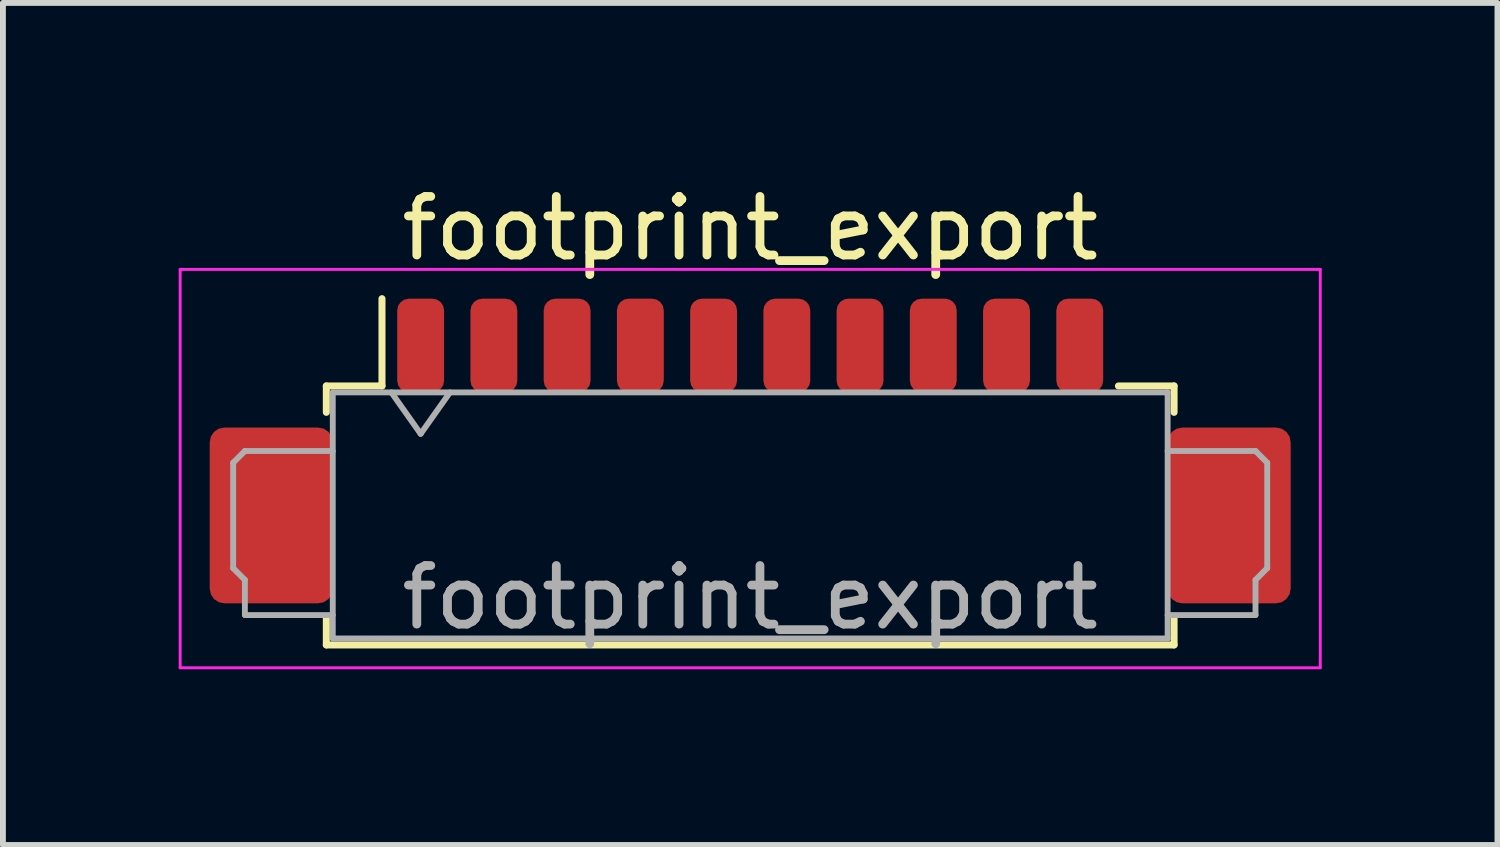
<source format=kicad_pcb>
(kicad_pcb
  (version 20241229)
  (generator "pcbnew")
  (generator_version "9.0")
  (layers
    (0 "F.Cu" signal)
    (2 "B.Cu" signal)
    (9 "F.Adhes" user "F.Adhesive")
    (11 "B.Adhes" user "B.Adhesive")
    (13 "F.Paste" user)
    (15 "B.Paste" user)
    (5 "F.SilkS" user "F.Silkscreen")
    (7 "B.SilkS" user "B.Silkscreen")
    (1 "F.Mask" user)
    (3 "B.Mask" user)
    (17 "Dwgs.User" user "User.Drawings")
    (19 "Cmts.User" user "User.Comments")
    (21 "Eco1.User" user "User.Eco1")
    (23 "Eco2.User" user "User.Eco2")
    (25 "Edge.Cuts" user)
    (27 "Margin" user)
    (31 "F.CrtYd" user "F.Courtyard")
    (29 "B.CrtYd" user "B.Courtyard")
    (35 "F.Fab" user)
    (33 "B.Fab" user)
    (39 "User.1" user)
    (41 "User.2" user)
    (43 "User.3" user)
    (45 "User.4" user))
  (footprint "footprint_export"
    (layer "F.Cu")
    (at 9.755 5.248)
    (property "Reference" "footprint_export" (at 0 -4.4 0) (layer "F.SilkS") (effects (font (size 1 1) (thickness 0.15))))
    (attr smd)
    (fp_line (start -7.235 -1.71) (end -6.285 -1.71) (stroke (width 0.12) (type solid)) (layer "F.SilkS"))
    (fp_line (start -7.235 -1.26) (end -7.235 -1.71) (stroke (width 0.12) (type solid)) (layer "F.SilkS"))
    (fp_line (start -7.235 2.26) (end -7.235 2.71) (stroke (width 0.12) (type solid)) (layer "F.SilkS"))
    (fp_line (start -7.235 2.71) (end 7.235 2.71) (stroke (width 0.12) (type solid)) (layer "F.SilkS"))
    (fp_line (start -6.285 -1.71) (end -6.285 -3.2) (stroke (width 0.12) (type solid)) (layer "F.SilkS"))
    (fp_line (start 7.235 -1.71) (end 6.285 -1.71) (stroke (width 0.12) (type solid)) (layer "F.SilkS"))
    (fp_line (start 7.235 -1.26) (end 7.235 -1.71) (stroke (width 0.12) (type solid)) (layer "F.SilkS"))
    (fp_line (start 7.235 2.71) (end 7.235 2.26) (stroke (width 0.12) (type solid)) (layer "F.SilkS"))
    (fp_line (start -9.73 -3.7) (end -9.73 3.1) (stroke (width 0.05) (type solid)) (layer "F.CrtYd"))
    (fp_line (start -9.73 3.1) (end 9.73 3.1) (stroke (width 0.05) (type solid)) (layer "F.CrtYd"))
    (fp_line (start 9.73 -3.7) (end -9.73 -3.7) (stroke (width 0.05) (type solid)) (layer "F.CrtYd"))
    (fp_line (start 9.73 3.1) (end 9.73 -3.7) (stroke (width 0.05) (type solid)) (layer "F.CrtYd"))
    (fp_line (start -8.825 -0.4) (end -8.825 1.4) (stroke (width 0.1) (type solid)) (layer "F.Fab"))
    (fp_line (start -8.825 1.4) (end -8.625 1.6) (stroke (width 0.1) (type solid)) (layer "F.Fab"))
    (fp_line (start -8.625 -0.6) (end -8.825 -0.4) (stroke (width 0.1) (type solid)) (layer "F.Fab"))
    (fp_line (start -8.625 1.6) (end -8.625 2.2) (stroke (width 0.1) (type solid)) (layer "F.Fab"))
    (fp_line (start -8.625 2.2) (end -7.125 2.2) (stroke (width 0.1) (type solid)) (layer "F.Fab"))
    (fp_line (start -7.125 -1.6) (end -7.125 2.6) (stroke (width 0.1) (type solid)) (layer "F.Fab"))
    (fp_line (start -7.125 -1.6) (end 7.125 -1.6) (stroke (width 0.1) (type solid)) (layer "F.Fab"))
    (fp_line (start -7.125 -0.6) (end -8.625 -0.6) (stroke (width 0.1) (type solid)) (layer "F.Fab"))
    (fp_line (start -7.125 2.6) (end 7.125 2.6) (stroke (width 0.1) (type solid)) (layer "F.Fab"))
    (fp_line (start -6.125 -1.6) (end -5.625 -0.893) (stroke (width 0.1) (type solid)) (layer "F.Fab"))
    (fp_line (start -5.625 -0.893) (end -5.125 -1.6) (stroke (width 0.1) (type solid)) (layer "F.Fab"))
    (fp_line (start 7.125 -1.6) (end 7.125 2.6) (stroke (width 0.1) (type solid)) (layer "F.Fab"))
    (fp_line (start 7.125 -0.6) (end 8.625 -0.6) (stroke (width 0.1) (type solid)) (layer "F.Fab"))
    (fp_line (start 8.625 -0.6) (end 8.825 -0.4) (stroke (width 0.1) (type solid)) (layer "F.Fab"))
    (fp_line (start 8.625 1.6) (end 8.625 2.2) (stroke (width 0.1) (type solid)) (layer "F.Fab"))
    (fp_line (start 8.625 2.2) (end 7.125 2.2) (stroke (width 0.1) (type solid)) (layer "F.Fab"))
    (fp_line (start 8.825 -0.4) (end 8.825 1.4) (stroke (width 0.1) (type solid)) (layer "F.Fab"))
    (fp_line (start 8.825 1.4) (end 8.625 1.6) (stroke (width 0.1) (type solid)) (layer "F.Fab"))
    (fp_text user "${REFERENCE}" (at 0 1.9 0) (layer "F.Fab") (effects (font (size 1 1) (thickness 0.15))))
    (pad "1" smd roundrect (at -5.625 -2.4) (size 0.8 1.6) (layers "F.Cu" "F.Mask" "F.Paste") (roundrect_rratio 0.25))
    (pad "2" smd roundrect (at -4.375 -2.4) (size 0.8 1.6) (layers "F.Cu" "F.Mask" "F.Paste") (roundrect_rratio 0.25))
    (pad "3" smd roundrect (at -3.125 -2.4) (size 0.8 1.6) (layers "F.Cu" "F.Mask" "F.Paste") (roundrect_rratio 0.25))
    (pad "4" smd roundrect (at -1.875 -2.4) (size 0.8 1.6) (layers "F.Cu" "F.Mask" "F.Paste") (roundrect_rratio 0.25))
    (pad "5" smd roundrect (at -0.625 -2.4) (size 0.8 1.6) (layers "F.Cu" "F.Mask" "F.Paste") (roundrect_rratio 0.25))
    (pad "6" smd roundrect (at 0.625 -2.4) (size 0.8 1.6) (layers "F.Cu" "F.Mask" "F.Paste") (roundrect_rratio 0.25))
    (pad "7" smd roundrect (at 1.875 -2.4) (size 0.8 1.6) (layers "F.Cu" "F.Mask" "F.Paste") (roundrect_rratio 0.25))
    (pad "8" smd roundrect (at 3.125 -2.4) (size 0.8 1.6) (layers "F.Cu" "F.Mask" "F.Paste") (roundrect_rratio 0.25))
    (pad "9" smd roundrect (at 4.375 -2.4) (size 0.8 1.6) (layers "F.Cu" "F.Mask" "F.Paste") (roundrect_rratio 0.25))
    (pad "10" smd roundrect (at 5.625 -2.4) (size 0.8 1.6) (layers "F.Cu" "F.Mask" "F.Paste") (roundrect_rratio 0.25))
    (pad "MP" smd roundrect (at -8.175 0.5) (size 2.1 3) (layers "F.Cu" "F.Mask" "F.Paste") (roundrect_rratio 0.119))
    (pad "MP" smd roundrect (at 8.175 0.5) (size 2.1 3) (layers "F.Cu" "F.Mask" "F.Paste") (roundrect_rratio 0.119)))
  (gr_rect
    (start -3 -3)
    (end 22.51 11.373)
    (stroke (width 0.1) (type default))
    (fill no)
    (layer "Edge.Cuts")))
</source>
